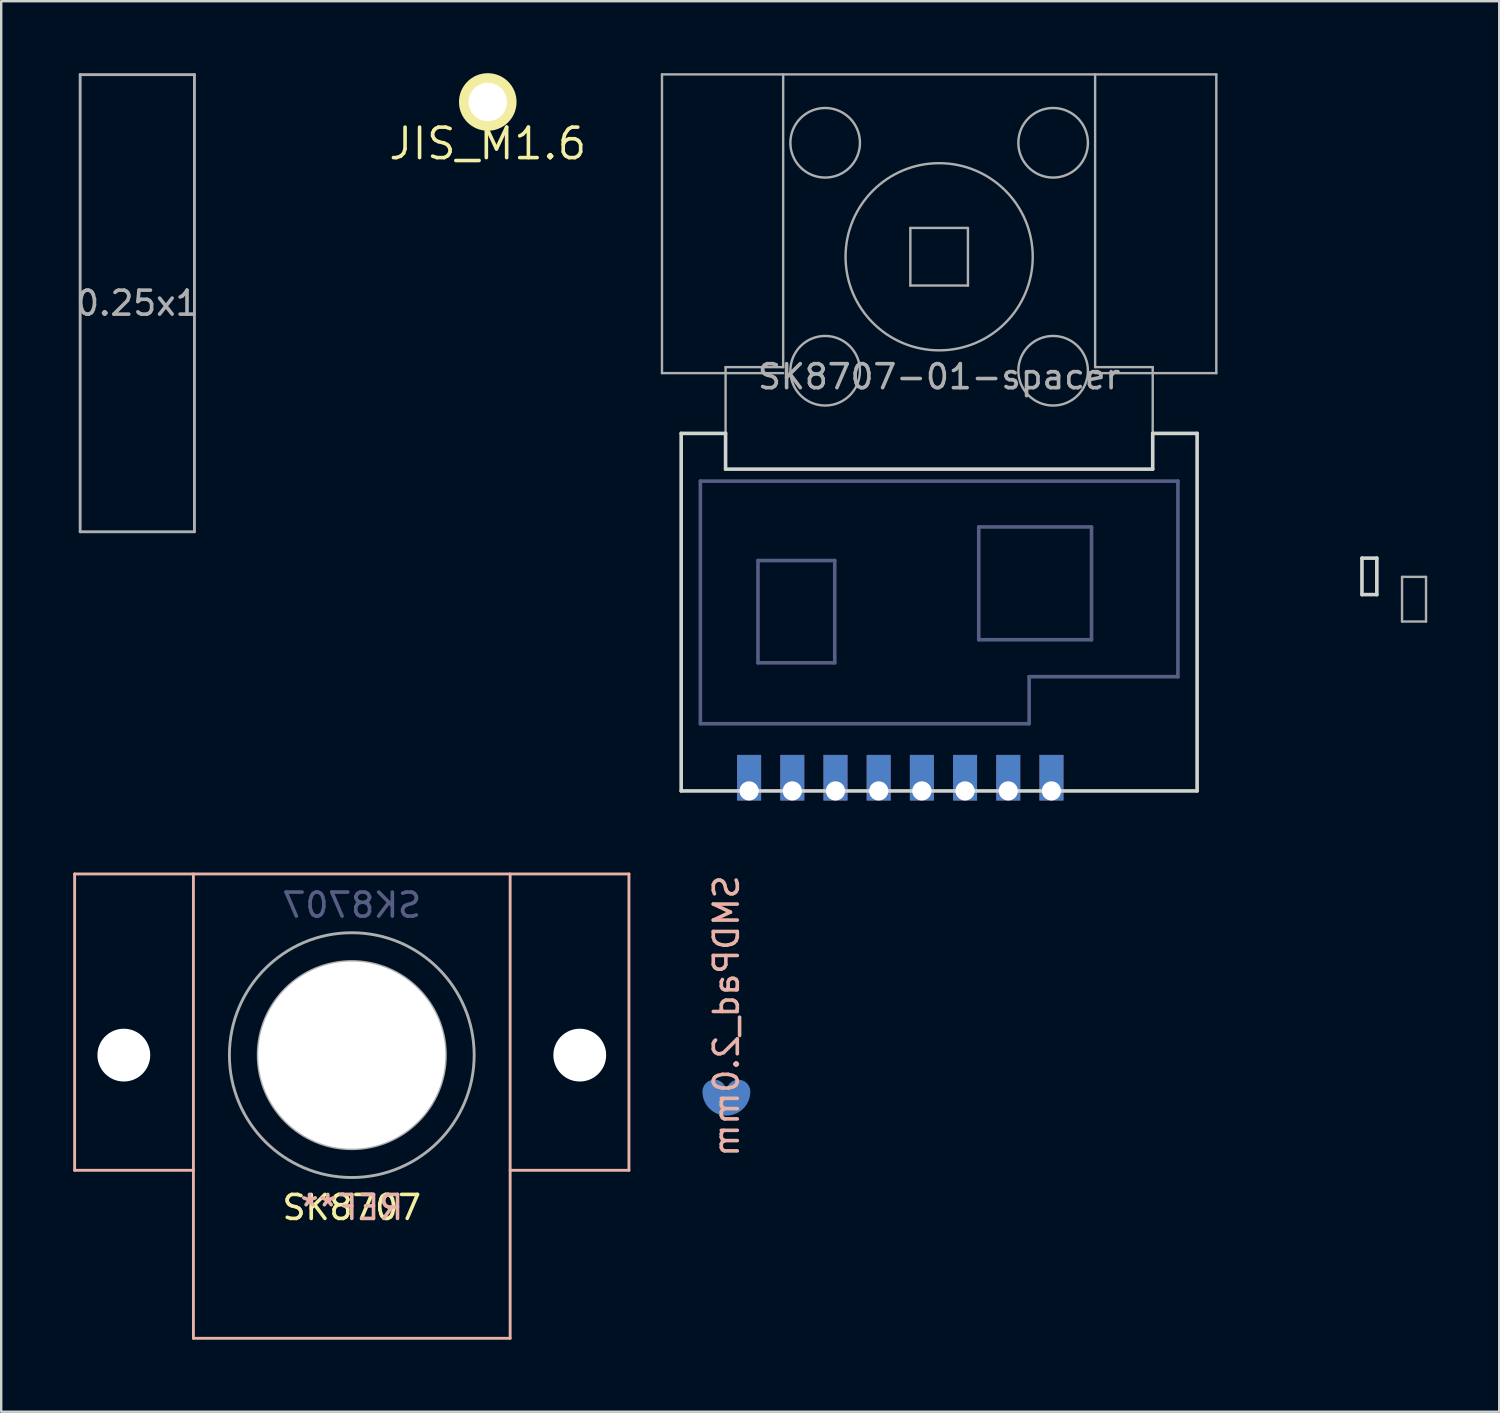
<source format=kicad_pcb>
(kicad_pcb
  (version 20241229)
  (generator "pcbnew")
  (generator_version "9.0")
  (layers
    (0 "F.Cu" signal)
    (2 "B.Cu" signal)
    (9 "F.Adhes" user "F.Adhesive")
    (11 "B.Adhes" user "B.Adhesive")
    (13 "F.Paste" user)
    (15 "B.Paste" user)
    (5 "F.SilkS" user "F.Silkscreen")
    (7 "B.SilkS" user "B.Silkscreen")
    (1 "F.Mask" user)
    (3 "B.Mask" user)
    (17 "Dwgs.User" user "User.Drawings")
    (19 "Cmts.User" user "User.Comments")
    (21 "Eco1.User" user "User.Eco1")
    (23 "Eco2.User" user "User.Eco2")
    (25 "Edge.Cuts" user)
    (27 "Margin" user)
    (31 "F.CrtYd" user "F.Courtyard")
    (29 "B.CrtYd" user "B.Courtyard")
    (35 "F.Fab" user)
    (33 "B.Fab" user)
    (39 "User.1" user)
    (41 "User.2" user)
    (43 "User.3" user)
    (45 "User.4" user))
  (footprint "0.25x1"
    (layer "F.Cu")
    (at 9.816 9.585)
    (property "Reference" "0.25x1" (at -7.144 0 0) (layer "F.Fab") (effects (font (size 1 1) (thickness 0.15))))
    (attr through_hole)
    (fp_line (start -9.525 -9.525) (end -4.763 -9.525) (stroke (width 0.12) (type solid)) (layer "F.Fab"))
    (fp_line (start -9.525 9.525) (end -9.525 -9.525) (stroke (width 0.12) (type solid)) (layer "F.Fab"))
    (fp_line (start -4.763 9.525) (end -9.525 9.525) (stroke (width 0.12) (type solid)) (layer "F.Fab"))
    (fp_line (start -4.763 9.525) (end -4.763 -9.525) (stroke (width 0.12) (type solid)) (layer "F.Fab")))
  (footprint "SK8707-01-spacer"
    (layer "F.Cu")
    (at 36.087 7.65)
    (property "Reference" "SK8707-01-spacer" (at 0 5 0) (layer "F.Fab") (effects (font (size 1 1) (thickness 0.15))))
    (attr through_hole)
    (fp_line (start -10.75 22.26) (end -10.75 7.36) (stroke (width 0.15) (type solid)) (layer "Edge.Cuts"))
    (fp_line (start -10.75 22.26) (end 10.75 22.26) (stroke (width 0.15) (type solid)) (layer "Edge.Cuts"))
    (fp_line (start -8.9 7.36) (end -10.75 7.36) (stroke (width 0.15) (type solid)) (layer "Edge.Cuts"))
    (fp_line (start -8.9 8.85) (end -8.9 7.36) (stroke (width 0.15) (type solid)) (layer "Edge.Cuts"))
    (fp_line (start 8.9 7.36) (end 10.75 7.36) (stroke (width 0.15) (type solid)) (layer "Edge.Cuts"))
    (fp_line (start 8.9 8.85) (end -8.9 8.85) (stroke (width 0.15) (type solid)) (layer "Edge.Cuts"))
    (fp_line (start 8.9 8.85) (end 8.9 7.36) (stroke (width 0.15) (type solid)) (layer "Edge.Cuts"))
    (fp_line (start 10.75 22.26) (end 10.75 7.36) (stroke (width 0.15) (type solid)) (layer "Edge.Cuts"))
    (fp_line (start 17.62 14.08) (end 17.62 12.56) (stroke (width 0.15) (type solid)) (layer "Edge.Cuts"))
    (fp_line (start 17.62 14.08) (end 18.24 14.08) (stroke (width 0.15) (type solid)) (layer "Edge.Cuts"))
    (fp_line (start 18.24 12.56) (end 17.62 12.56) (stroke (width 0.15) (type solid)) (layer "Edge.Cuts"))
    (fp_line (start 18.24 12.56) (end 18.24 14.08) (stroke (width 0.15) (type solid)) (layer "Edge.Cuts"))
    (fp_line (start -9.95 19.46) (end -9.95 9.35) (stroke (width 0.15) (type solid)) (layer "B.Fab"))
    (fp_line (start -9.95 19.46) (end 3.75 19.46) (stroke (width 0.15) (type solid)) (layer "B.Fab"))
    (fp_line (start -7.55 16.92) (end -7.55 12.66) (stroke (width 0.15) (type solid)) (layer "B.Fab"))
    (fp_line (start -7.55 16.92) (end -4.35 16.92) (stroke (width 0.15) (type solid)) (layer "B.Fab"))
    (fp_line (start -4.35 12.66) (end -7.55 12.66) (stroke (width 0.15) (type solid)) (layer "B.Fab"))
    (fp_line (start -4.35 12.66) (end -4.35 16.92) (stroke (width 0.15) (type solid)) (layer "B.Fab"))
    (fp_line (start 1.65 15.96) (end 1.65 11.26) (stroke (width 0.15) (type solid)) (layer "B.Fab"))
    (fp_line (start 1.65 15.96) (end 6.35 15.96) (stroke (width 0.15) (type solid)) (layer "B.Fab"))
    (fp_line (start 3.75 17.5) (end 3.75 19.46) (stroke (width 0.15) (type solid)) (layer "B.Fab"))
    (fp_line (start 6.35 11.26) (end 1.65 11.26) (stroke (width 0.15) (type solid)) (layer "B.Fab"))
    (fp_line (start 6.35 11.26) (end 6.35 15.96) (stroke (width 0.15) (type solid)) (layer "B.Fab"))
    (fp_line (start 9.95 9.35) (end -9.95 9.35) (stroke (width 0.15) (type solid)) (layer "B.Fab"))
    (fp_line (start 9.95 17.5) (end 3.75 17.5) (stroke (width 0.15) (type solid)) (layer "B.Fab"))
    (fp_line (start 9.95 17.5) (end 9.95 9.35) (stroke (width 0.15) (type solid)) (layer "B.Fab"))
    (fp_line (start -11.55 4.85) (end -11.55 -7.6) (stroke (width 0.1) (type solid)) (layer "F.Fab"))
    (fp_line (start -8.9 4.6) (end -8.9 8.85) (stroke (width 0.1) (type solid)) (layer "F.Fab"))
    (fp_line (start -6.5 4.6) (end -8.9 4.6) (stroke (width 0.1) (type solid)) (layer "F.Fab"))
    (fp_line (start -6.5 4.6) (end -6.5 -7.6) (stroke (width 0.1) (type solid)) (layer "F.Fab"))
    (fp_line (start -6.5 4.85) (end -11.55 4.85) (stroke (width 0.1) (type solid)) (layer "F.Fab"))
    (fp_line (start -1.2 -1.2) (end -1.2 1.2) (stroke (width 0.1) (type solid)) (layer "F.Fab"))
    (fp_line (start 1.2 -1.2) (end -1.2 -1.2) (stroke (width 0.1) (type solid)) (layer "F.Fab"))
    (fp_line (start 1.2 1.2) (end -1.2 1.2) (stroke (width 0.1) (type solid)) (layer "F.Fab"))
    (fp_line (start 1.2 1.2) (end 1.2 -1.2) (stroke (width 0.1) (type solid)) (layer "F.Fab"))
    (fp_line (start 6.5 4.6) (end 6.5 -7.6) (stroke (width 0.1) (type solid)) (layer "F.Fab"))
    (fp_line (start 6.5 4.85) (end 11.55 4.85) (stroke (width 0.1) (type solid)) (layer "F.Fab"))
    (fp_line (start 8.9 4.6) (end 6.5 4.6) (stroke (width 0.1) (type solid)) (layer "F.Fab"))
    (fp_line (start 8.9 4.6) (end 8.9 8.85) (stroke (width 0.1) (type solid)) (layer "F.Fab"))
    (fp_line (start 11.55 -7.6) (end -11.55 -7.6) (stroke (width 0.1) (type solid)) (layer "F.Fab"))
    (fp_line (start 11.55 4.85) (end 11.55 -7.6) (stroke (width 0.1) (type solid)) (layer "F.Fab"))
    (fp_line (start 19.29 13.34) (end 19.29 15.2) (stroke (width 0.1) (type solid)) (layer "F.Fab"))
    (fp_line (start 19.29 15.2) (end 20.29 15.2) (stroke (width 0.1) (type solid)) (layer "F.Fab"))
    (fp_line (start 20.29 13.34) (end 19.29 13.34) (stroke (width 0.1) (type solid)) (layer "F.Fab"))
    (fp_line (start 20.29 15.2) (end 20.29 13.34) (stroke (width 0.1) (type solid)) (layer "F.Fab"))
    (fp_circle (center -4.75 -4.75) (end -3.3 -4.75) (stroke (width 0.1) (type solid)) (fill no) (layer "F.Fab"))
    (fp_circle (center -4.75 4.75) (end -3.3 4.75) (stroke (width 0.1) (type solid)) (fill no) (layer "F.Fab"))
    (fp_circle (center 0 0) (end 3.9 0) (stroke (width 0.1) (type solid)) (fill no) (layer "F.Fab"))
    (fp_circle (center 4.75 -4.75) (end 6.2 -4.75) (stroke (width 0.1) (type solid)) (fill no) (layer "F.Fab"))
    (fp_circle (center 4.75 4.75) (end 6.2 4.75) (stroke (width 0.1) (type solid)) (fill no) (layer "F.Fab"))
    (pad "1" thru_hole rect (at -7.92 22.26) (size 1 1.9) (drill 0.8 (offset 0 -0.55)) (layers "*.Cu" "*.Mask"))
    (pad "2" thru_hole rect (at -6.12 22.26) (size 1 1.9) (drill 0.8 (offset 0 -0.55)) (layers "*.Cu" "*.Mask"))
    (pad "3" thru_hole rect (at -4.32 22.26) (size 1 1.9) (drill 0.8 (offset 0 -0.55)) (layers "*.Cu" "*.Mask"))
    (pad "4" thru_hole rect (at -2.52 22.26) (size 1 1.9) (drill 0.8 (offset 0 -0.55)) (layers "*.Cu" "*.Mask"))
    (pad "5" thru_hole rect (at -0.72 22.26) (size 1 1.9) (drill 0.8 (offset 0 -0.55)) (layers "*.Cu" "*.Mask"))
    (pad "6" thru_hole rect (at 1.08 22.26) (size 1 1.9) (drill 0.8 (offset 0 -0.55)) (layers "*.Cu" "*.Mask"))
    (pad "7" thru_hole rect (at 2.88 22.26) (size 1 1.9) (drill 0.8 (offset 0 -0.55)) (layers "*.Cu" "*.Mask"))
    (pad "8" thru_hole rect (at 4.68 22.26) (size 1 1.9) (drill 0.8 (offset 0 -0.55)) (layers "*.Cu" "*.Mask")))
  (footprint "SK8707"
    (layer "F.Cu")
    (at 11.61 40.92)
    (property "Reference" "SK8707" (at 0 6.35 0) (layer "F.SilkS") (effects (font (size 1 1) (thickness 0.15))))
    (attr through_hole)
    (fp_line (start -11.55 -7.55) (end -11.55 4.8) (stroke (width 0.12) (type solid)) (layer "B.SilkS"))
    (fp_line (start -11.55 -7.55) (end 11.55 -7.55) (stroke (width 0.12) (type solid)) (layer "B.SilkS"))
    (fp_line (start -11.55 4.8) (end -6.6 4.8) (stroke (width 0.12) (type solid)) (layer "B.SilkS"))
    (fp_line (start -6.6 11.8) (end -6.6 -7.55) (stroke (width 0.12) (type solid)) (layer "B.SilkS"))
    (fp_line (start -6.6 11.8) (end 6.6 11.8) (stroke (width 0.12) (type solid)) (layer "B.SilkS"))
    (fp_line (start 6.6 4.8) (end 11.55 4.8) (stroke (width 0.12) (type solid)) (layer "B.SilkS"))
    (fp_line (start 6.6 11.8) (end 6.6 -7.55) (stroke (width 0.12) (type solid)) (layer "B.SilkS"))
    (fp_line (start 11.55 4.8) (end 11.55 -7.55) (stroke (width 0.12) (type solid)) (layer "B.SilkS"))
    (fp_line (start -1.2 -1.2) (end -1.2 1.2) (stroke (width 0.12) (type solid)) (layer "F.Fab"))
    (fp_line (start 1.2 -1.2) (end -1.2 -1.2) (stroke (width 0.12) (type solid)) (layer "F.Fab"))
    (fp_line (start 1.2 1.2) (end -1.2 1.2) (stroke (width 0.12) (type solid)) (layer "F.Fab"))
    (fp_line (start 1.2 1.2) (end 1.2 -1.2) (stroke (width 0.12) (type solid)) (layer "F.Fab"))
    (fp_circle (center 0 0) (end 3.9 0) (stroke (width 0.12) (type solid)) (fill no) (layer "F.Fab"))
    (fp_circle (center 0 0) (end 5.1 0) (stroke (width 0.12) (type solid)) (fill no) (layer "F.Fab"))
    (fp_text user "REF**" (at 0 6.35 0) (layer "B.SilkS") (effects (font (size 1 1) (thickness 0.15)) (justify mirror)))
    (fp_text user "SK8707" (at 0 -6.25 0) (layer "B.Fab") (effects (font (size 1 1) (thickness 0.15)) (justify mirror)))
    (pad "" np_thru_hole circle (at -9.5 0) (size 2.2 2.2) (drill 2.2) (layers "*.Cu" "*.Mask"))
    (pad "" np_thru_hole circle (at 0 0) (size 7.8 7.8) (drill 7.8) (layers "*.Cu" "*.Mask"))
    (pad "" np_thru_hole circle (at 9.5 0) (size 2.2 2.2) (drill 2.2) (layers "*.Cu" "*.Mask")))
  (footprint "SMDPad_2.0mm"
    (layer "F.Cu")
    (at 27.22 42.442)
    (property "Reference" "SMDPad_2.0mm" (at 0 -3.15 90) (layer "B.SilkS") (effects (font (size 1 1) (thickness 0.15)) (justify mirror)))
    (attr smd)
    (pad "1" smd custom (at 0 0) (size 0.000001 0.000001) (layers "B.Cu" "B.Mask" "B.Paste") (options (anchor rect)) (primitives (gr_arc (start 0.5 0) (mid 0 0.5) (end -0.5 0) (width 1)))))
  (footprint "JIS_M1.6"
    (layer "F.Cu")
    (at 17.277 2.938)
    (property "Reference" "JIS_M1.6" (at 0 0 0) (layer "F.SilkS") (effects (font (size 1.27 1.27) (thickness 0.15))))
    (attr through_hole)
    (pad "" np_thru_hole circle (at 0 -1.738) (size 1.6 1.6) (drill 1.6) (layers "*.Cu" "*.Mask"))
    (pad "" smd circle (at 0 -1.738) (size 2.4 2.4) (layers "F.SilkS")))
  (gr_rect
    (start -3 -3)
    (end 59.427 55.78)
    (stroke (width 0.1) (type default))
    (fill no)
    (layer "Edge.Cuts")))
</source>
